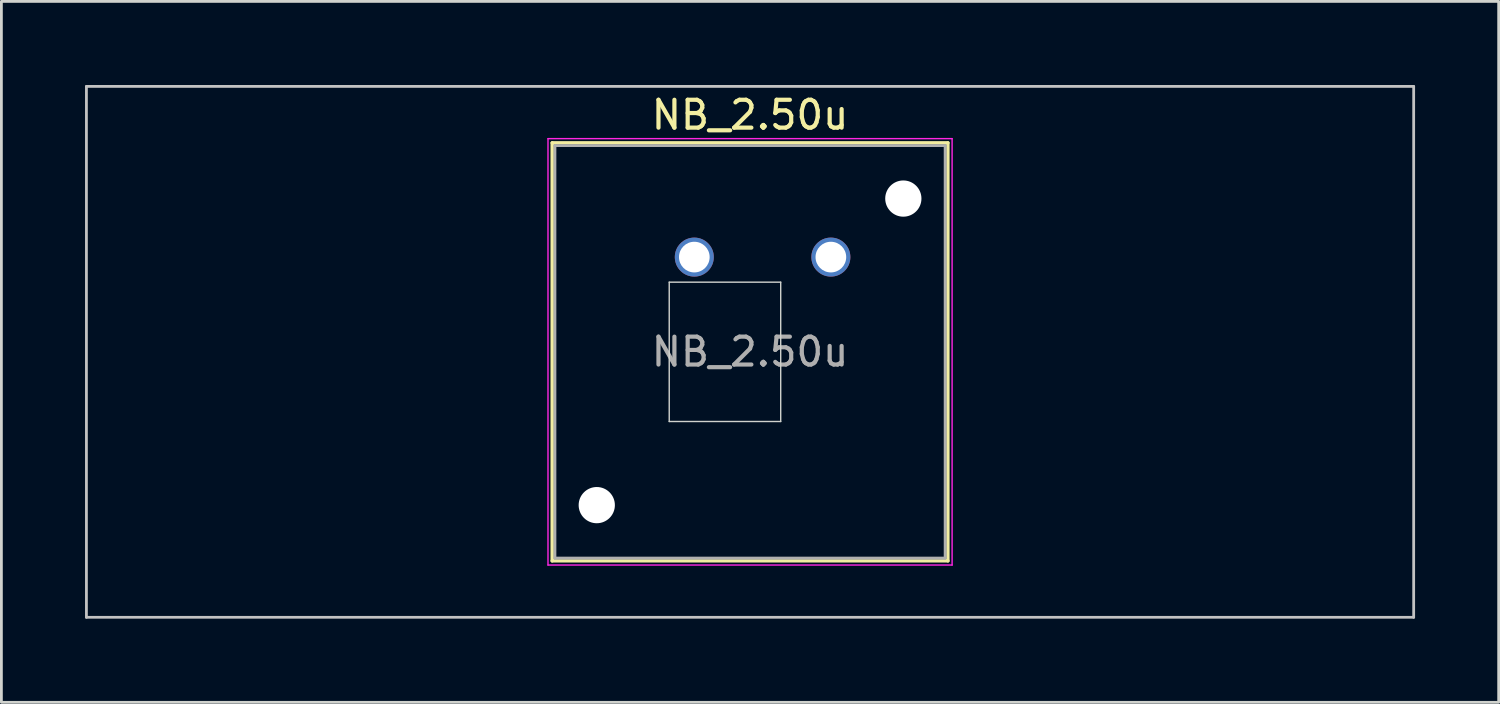
<source format=kicad_pcb>
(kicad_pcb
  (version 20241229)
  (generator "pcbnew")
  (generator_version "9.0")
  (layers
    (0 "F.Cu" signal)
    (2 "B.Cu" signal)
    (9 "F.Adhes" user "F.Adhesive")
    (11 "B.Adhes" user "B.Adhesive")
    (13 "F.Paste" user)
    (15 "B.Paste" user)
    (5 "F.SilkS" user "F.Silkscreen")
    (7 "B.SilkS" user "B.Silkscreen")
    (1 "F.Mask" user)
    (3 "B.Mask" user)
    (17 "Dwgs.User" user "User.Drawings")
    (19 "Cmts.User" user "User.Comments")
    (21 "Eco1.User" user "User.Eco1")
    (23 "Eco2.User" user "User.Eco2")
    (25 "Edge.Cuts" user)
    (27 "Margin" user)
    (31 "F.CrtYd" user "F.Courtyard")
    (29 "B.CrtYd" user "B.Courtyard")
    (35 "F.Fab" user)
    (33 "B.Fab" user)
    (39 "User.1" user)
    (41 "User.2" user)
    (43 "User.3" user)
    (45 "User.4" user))
  (footprint "NB_2.50u"
    (layer "F.Cu")
    (at 23.863 9.575)
    (property "Reference" "NB_2.50u" (at 0 -8.5 0) (layer "F.SilkS") (effects (font (size 1 1) (thickness 0.15))))
    (attr through_hole)
    (fp_line (start -7.1 -7.5) (end -7.1 7.5) (stroke (width 0.12) (type solid)) (layer "F.SilkS"))
    (fp_line (start -7.1 7.5) (end 7.1 7.5) (stroke (width 0.12) (type solid)) (layer "F.SilkS"))
    (fp_line (start 7.1 -7.5) (end -7.1 -7.5) (stroke (width 0.12) (type solid)) (layer "F.SilkS"))
    (fp_line (start 7.1 7.5) (end 7.1 -7.5) (stroke (width 0.12) (type solid)) (layer "F.SilkS"))
    (fp_line (start -23.812 -9.525) (end -23.812 9.525) (stroke (width 0.1) (type solid)) (layer "Dwgs.User"))
    (fp_line (start -23.812 9.525) (end 23.812 9.525) (stroke (width 0.1) (type solid)) (layer "Dwgs.User"))
    (fp_line (start 23.812 -9.525) (end -23.812 -9.525) (stroke (width 0.1) (type solid)) (layer "Dwgs.User"))
    (fp_line (start 23.812 9.525) (end 23.812 -9.525) (stroke (width 0.1) (type solid)) (layer "Dwgs.User"))
    (fp_line (start -8 -8) (end -8 8) (stroke (width 0.1) (type solid)) (layer "Eco1.User"))
    (fp_line (start -8 8) (end 8 8) (stroke (width 0.1) (type solid)) (layer "Eco1.User"))
    (fp_line (start 8 -8) (end -8 -8) (stroke (width 0.1) (type solid)) (layer "Eco1.User"))
    (fp_line (start 8 8) (end 8 -8) (stroke (width 0.1) (type solid)) (layer "Eco1.User"))
    (fp_line (start -2.9 -2.5) (end 1.1 -2.5) (stroke (width 0.05) (type solid)) (layer "Edge.Cuts"))
    (fp_line (start -2.9 2.5) (end -2.9 -2.5) (stroke (width 0.05) (type solid)) (layer "Edge.Cuts"))
    (fp_line (start 1.1 -2.5) (end 1.1 2.5) (stroke (width 0.05) (type solid)) (layer "Edge.Cuts"))
    (fp_line (start 1.1 2.5) (end -2.9 2.5) (stroke (width 0.05) (type solid)) (layer "Edge.Cuts"))
    (fp_line (start -7.25 -7.65) (end -7.25 7.65) (stroke (width 0.05) (type solid)) (layer "F.CrtYd"))
    (fp_line (start -7.25 7.65) (end 7.25 7.65) (stroke (width 0.05) (type solid)) (layer "F.CrtYd"))
    (fp_line (start 7.25 -7.65) (end -7.25 -7.65) (stroke (width 0.05) (type solid)) (layer "F.CrtYd"))
    (fp_line (start 7.25 7.65) (end 7.25 -7.65) (stroke (width 0.05) (type solid)) (layer "F.CrtYd"))
    (fp_line (start -7 -7.4) (end -7 7.4) (stroke (width 0.1) (type solid)) (layer "F.Fab"))
    (fp_line (start -7 7.4) (end 7 7.4) (stroke (width 0.1) (type solid)) (layer "F.Fab"))
    (fp_line (start 7 -7.4) (end -7 -7.4) (stroke (width 0.1) (type solid)) (layer "F.Fab"))
    (fp_line (start 7 7.4) (end 7 -7.4) (stroke (width 0.1) (type solid)) (layer "F.Fab"))
    (fp_text user "${REFERENCE}" (at 0 0 0) (layer "F.Fab") (effects (font (size 1 1) (thickness 0.15))))
    (pad "" np_thru_hole circle (at -5.5 5.5) (size 1.3 1.3) (drill 1.3) (layers "*.Cu" "*.Mask"))
    (pad "" np_thru_hole circle (at 5.5 -5.5) (size 1.3 1.3) (drill 1.3) (layers "*.Cu" "*.Mask"))
    (pad "1" thru_hole circle (at -2 -3.4) (size 1.4 1.4) (drill 1.1) (layers "*.Cu" "*.Mask"))
    (pad "2" thru_hole circle (at 2.9 -3.4) (size 1.4 1.4) (drill 1.1) (layers "*.Cu" "*.Mask")))
  (gr_rect
    (start -3 -3)
    (end 50.725 22.15)
    (stroke (width 0.1) (type default))
    (fill no)
    (layer "Edge.Cuts")))
</source>
